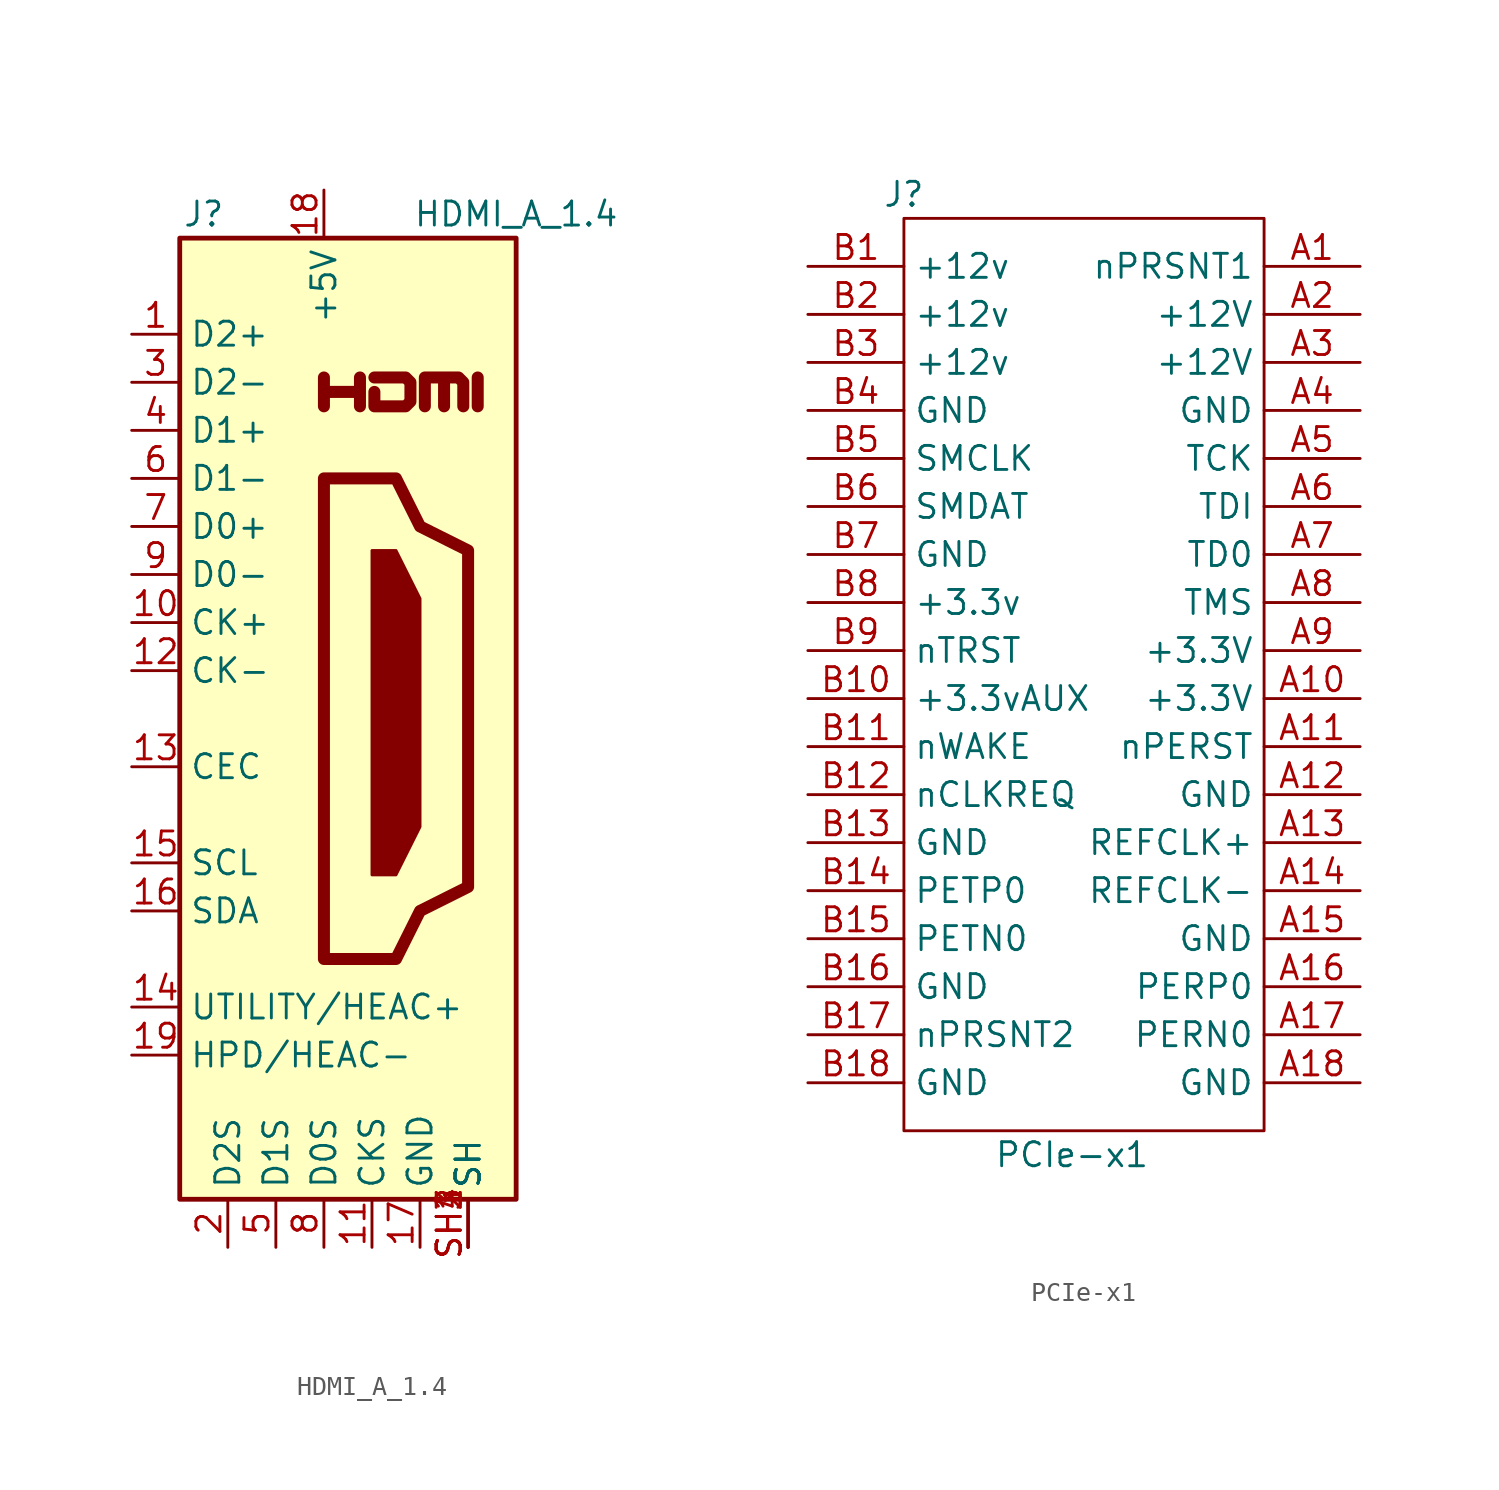
<source format=kicad_sym>
(kicad_symbol_lib
  (version 20200827)
  (generator kicad_symbol_editor)
  (symbol "CM4IO:HDMI_A_1.4"
    (property "Reference" "J"
      (at -6.35 26.67 0)
      (effects (font (size 1.27 1.27))))
    (property "Value" "HDMI_A_1.4"
      (at 10.16 26.67 0)
      (effects (font (size 1.27 1.27))))
    (symbol "HDMI_A_1.4_0_1"
      (rectangle (start -7.62 25.4) (end 10.16 -25.4) (stroke (width 0.254)) (fill (type background)))
      (polyline (pts (xy 2.54 8.89) (xy 3.81 8.89) (xy 5.08 6.35) (xy 5.08 -5.715) (xy 3.81 -8.255) (xy 2.54 -8.255) (xy 2.54 8.89)) (stroke (width 0)) (fill (type outline)))
      (polyline (pts (xy 5.334 16.51) (xy 5.334 18.034) (xy 6.35 18.034) (xy 6.35 16.51) (xy 6.35 18.034) (xy 7.112 18.034) (xy 7.366 17.78) (xy 7.366 16.51)) (stroke (width 0.635)) (fill (type none)))
      (polyline (pts (xy 0 12.7) (xy 0 -12.7) (xy 3.81 -12.7) (xy 5.08 -10.16) (xy 7.62 -8.89) (xy 7.62 8.89) (xy 5.08 10.16) (xy 3.81 12.7) (xy 0 12.7)) (stroke (width 0.635)) (fill (type none))))
    (symbol "HDMI_A_1.4_0_0"
      (polyline (pts (xy 8.128 16.51) (xy 8.128 18.034)) (stroke (width 0.635)) (fill (type none)))
      (polyline (pts (xy 0 16.51) (xy 0 18.034) (xy 0 17.272) (xy 1.905 17.272) (xy 1.905 18.034) (xy 1.905 16.51)) (stroke (width 0.635)) (fill (type none)))
      (polyline (pts (xy 2.667 18.034) (xy 4.318 18.034) (xy 4.572 17.78) (xy 4.572 16.764) (xy 4.318 16.51) (xy 2.667 16.51) (xy 2.667 17.272)) (stroke (width 0.635)) (fill (type none)))
      (pin passive line (at 7.62 -27.94 90) (length 2.54) (name "SH" (effects (font (size 1.27 1.27)))) (number "SH2" (effects (font (size 1.27 1.27)))))
      (pin passive line (at 7.62 -27.94 90) (length 2.54) (name "SH" (effects (font (size 1.27 1.27)))) (number "SH3" (effects (font (size 1.27 1.27)))))
      (pin passive line (at 7.62 -27.94 90) (length 2.54) (name "SH" (effects (font (size 1.27 1.27)))) (number "SH4" (effects (font (size 1.27 1.27))))))
    (symbol "HDMI_A_1.4_1_1"
      (pin passive line (at -10.16 20.32 0) (length 2.54) (name "D2+" (effects (font (size 1.27 1.27)))) (number "1" (effects (font (size 1.27 1.27)))))
      (pin passive line (at -10.16 5.08 0) (length 2.54) (name "CK+" (effects (font (size 1.27 1.27)))) (number "10" (effects (font (size 1.27 1.27)))))
      (pin power_in line (at 2.54 -27.94 90) (length 2.54) (name "CKS" (effects (font (size 1.27 1.27)))) (number "11" (effects (font (size 1.27 1.27)))))
      (pin passive line (at -10.16 2.54 0) (length 2.54) (name "CK-" (effects (font (size 1.27 1.27)))) (number "12" (effects (font (size 1.27 1.27)))))
      (pin bidirectional line (at -10.16 -2.54 0) (length 2.54) (name "CEC" (effects (font (size 1.27 1.27)))) (number "13" (effects (font (size 1.27 1.27)))))
      (pin passive line (at -10.16 -15.24 0) (length 2.54) (name "UTILITY/HEAC+" (effects (font (size 1.27 1.27)))) (number "14" (effects (font (size 1.27 1.27)))))
      (pin passive line (at -10.16 -7.62 0) (length 2.54) (name "SCL" (effects (font (size 1.27 1.27)))) (number "15" (effects (font (size 1.27 1.27)))))
      (pin bidirectional line (at -10.16 -10.16 0) (length 2.54) (name "SDA" (effects (font (size 1.27 1.27)))) (number "16" (effects (font (size 1.27 1.27)))))
      (pin power_in line (at 5.08 -27.94 90) (length 2.54) (name "GND" (effects (font (size 1.27 1.27)))) (number "17" (effects (font (size 1.27 1.27)))))
      (pin power_in line (at 0 27.94 270) (length 2.54) (name "+5V" (effects (font (size 1.27 1.27)))) (number "18" (effects (font (size 1.27 1.27)))))
      (pin passive line (at -10.16 -17.78 0) (length 2.54) (name "HPD/HEAC-" (effects (font (size 1.27 1.27)))) (number "19" (effects (font (size 1.27 1.27)))))
      (pin power_in line (at -5.08 -27.94 90) (length 2.54) (name "D2S" (effects (font (size 1.27 1.27)))) (number "2" (effects (font (size 1.27 1.27)))))
      (pin passive line (at -10.16 17.78 0) (length 2.54) (name "D2-" (effects (font (size 1.27 1.27)))) (number "3" (effects (font (size 1.27 1.27)))))
      (pin passive line (at -10.16 15.24 0) (length 2.54) (name "D1+" (effects (font (size 1.27 1.27)))) (number "4" (effects (font (size 1.27 1.27)))))
      (pin power_in line (at -2.54 -27.94 90) (length 2.54) (name "D1S" (effects (font (size 1.27 1.27)))) (number "5" (effects (font (size 1.27 1.27)))))
      (pin passive line (at -10.16 12.7 0) (length 2.54) (name "D1-" (effects (font (size 1.27 1.27)))) (number "6" (effects (font (size 1.27 1.27)))))
      (pin passive line (at -10.16 10.16 0) (length 2.54) (name "D0+" (effects (font (size 1.27 1.27)))) (number "7" (effects (font (size 1.27 1.27)))))
      (pin power_in line (at 0 -27.94 90) (length 2.54) (name "D0S" (effects (font (size 1.27 1.27)))) (number "8" (effects (font (size 1.27 1.27)))))
      (pin passive line (at -10.16 7.62 0) (length 2.54) (name "D0-" (effects (font (size 1.27 1.27)))) (number "9" (effects (font (size 1.27 1.27)))))
      (pin passive line (at 7.62 -27.94 90) (length 2.54) (name "SH" (effects (font (size 1.27 1.27)))) (number "SH1" (effects (font (size 1.27 1.27)))))))
  (symbol "CM4IO:PCIe-x1"
    (property "Reference" "J"
      (at -13.97 36.83 0)
      (effects (font (size 1.27 1.27))))
    (property "Value" "PCIe-x1"
      (at -5.08 -13.97 0)
      (effects (font (size 1.27 1.27))))
    (symbol "PCIe-x1_0_1"
      (rectangle (start -13.97 35.56) (end 5.08 -12.7) (stroke (width 0)) (fill (type none))))
    (symbol "PCIe-x1_0_0"
      (pin passive line (at 10.16 33.02 180) (length 5.08) (name "nPRSNT1" (effects (font (size 1.27 1.27)))) (number "A1" (effects (font (size 1.27 1.27)))))
      (pin power_in line (at 10.16 10.16 180) (length 5.08) (name "+3.3V" (effects (font (size 1.27 1.27)))) (number "A10" (effects (font (size 1.27 1.27)))))
      (pin input line (at 10.16 7.62 180) (length 5.08) (name "nPERST" (effects (font (size 1.27 1.27)))) (number "A11" (effects (font (size 1.27 1.27)))))
      (pin power_in line (at 10.16 5.08 180) (length 5.08) (name "GND" (effects (font (size 1.27 1.27)))) (number "A12" (effects (font (size 1.27 1.27)))))
      (pin input line (at 10.16 2.54 180) (length 5.08) (name "REFCLK+" (effects (font (size 1.27 1.27)))) (number "A13" (effects (font (size 1.27 1.27)))))
      (pin input line (at 10.16 0 180) (length 5.08) (name "REFCLK-" (effects (font (size 1.27 1.27)))) (number "A14" (effects (font (size 1.27 1.27)))))
      (pin power_in line (at 10.16 -2.54 180) (length 5.08) (name "GND" (effects (font (size 1.27 1.27)))) (number "A15" (effects (font (size 1.27 1.27)))))
      (pin output line (at 10.16 -5.08 180) (length 5.08) (name "PERP0" (effects (font (size 1.27 1.27)))) (number "A16" (effects (font (size 1.27 1.27)))))
      (pin output line (at 10.16 -7.62 180) (length 5.08) (name "PERN0" (effects (font (size 1.27 1.27)))) (number "A17" (effects (font (size 1.27 1.27)))))
      (pin power_in line (at 10.16 -10.16 180) (length 5.08) (name "GND" (effects (font (size 1.27 1.27)))) (number "A18" (effects (font (size 1.27 1.27)))))
      (pin power_in line (at 10.16 30.48 180) (length 5.08) (name "+12V" (effects (font (size 1.27 1.27)))) (number "A2" (effects (font (size 1.27 1.27)))))
      (pin power_in line (at 10.16 27.94 180) (length 5.08) (name "+12V" (effects (font (size 1.27 1.27)))) (number "A3" (effects (font (size 1.27 1.27)))))
      (pin power_in line (at 10.16 25.4 180) (length 5.08) (name "GND" (effects (font (size 1.27 1.27)))) (number "A4" (effects (font (size 1.27 1.27)))))
      (pin input line (at 10.16 22.86 180) (length 5.08) (name "TCK" (effects (font (size 1.27 1.27)))) (number "A5" (effects (font (size 1.27 1.27)))))
      (pin input line (at 10.16 20.32 180) (length 5.08) (name "TDI" (effects (font (size 1.27 1.27)))) (number "A6" (effects (font (size 1.27 1.27)))))
      (pin output line (at 10.16 17.78 180) (length 5.08) (name "TD0" (effects (font (size 1.27 1.27)))) (number "A7" (effects (font (size 1.27 1.27)))))
      (pin input line (at 10.16 15.24 180) (length 5.08) (name "TMS" (effects (font (size 1.27 1.27)))) (number "A8" (effects (font (size 1.27 1.27)))))
      (pin power_in line (at 10.16 12.7 180) (length 5.08) (name "+3.3V" (effects (font (size 1.27 1.27)))) (number "A9" (effects (font (size 1.27 1.27)))))
      (pin power_in line (at -19.05 33.02 0) (length 5.08) (name "+12v" (effects (font (size 1.27 1.27)))) (number "B1" (effects (font (size 1.27 1.27)))))
      (pin power_in line (at -19.05 10.16 0) (length 5.08) (name "+3.3vAUX" (effects (font (size 1.27 1.27)))) (number "B10" (effects (font (size 1.27 1.27)))))
      (pin open_collector line (at -19.05 7.62 0) (length 5.08) (name "nWAKE" (effects (font (size 1.27 1.27)))) (number "B11" (effects (font (size 1.27 1.27)))))
      (pin open_collector line (at -19.05 5.08 0) (length 5.08) (name "nCLKREQ" (effects (font (size 1.27 1.27)))) (number "B12" (effects (font (size 1.27 1.27)))))
      (pin power_in line (at -19.05 2.54 0) (length 5.08) (name "GND" (effects (font (size 1.27 1.27)))) (number "B13" (effects (font (size 1.27 1.27)))))
      (pin input line (at -19.05 0 0) (length 5.08) (name "PETP0" (effects (font (size 1.27 1.27)))) (number "B14" (effects (font (size 1.27 1.27)))))
      (pin input line (at -19.05 -2.54 0) (length 5.08) (name "PETN0" (effects (font (size 1.27 1.27)))) (number "B15" (effects (font (size 1.27 1.27)))))
      (pin power_in line (at -19.05 -5.08 0) (length 5.08) (name "GND" (effects (font (size 1.27 1.27)))) (number "B16" (effects (font (size 1.27 1.27)))))
      (pin passive line (at -19.05 -7.62 0) (length 5.08) (name "nPRSNT2" (effects (font (size 1.27 1.27)))) (number "B17" (effects (font (size 1.27 1.27)))))
      (pin power_in line (at -19.05 -10.16 0) (length 5.08) (name "GND" (effects (font (size 1.27 1.27)))) (number "B18" (effects (font (size 1.27 1.27)))))
      (pin power_in line (at -19.05 30.48 0) (length 5.08) (name "+12v" (effects (font (size 1.27 1.27)))) (number "B2" (effects (font (size 1.27 1.27)))))
      (pin power_in line (at -19.05 27.94 0) (length 5.08) (name "+12v" (effects (font (size 1.27 1.27)))) (number "B3" (effects (font (size 1.27 1.27)))))
      (pin power_in line (at -19.05 25.4 0) (length 5.08) (name "GND" (effects (font (size 1.27 1.27)))) (number "B4" (effects (font (size 1.27 1.27)))))
      (pin passive line (at -19.05 22.86 0) (length 5.08) (name "SMCLK" (effects (font (size 1.27 1.27)))) (number "B5" (effects (font (size 1.27 1.27)))))
      (pin passive line (at -19.05 20.32 0) (length 5.08) (name "SMDAT" (effects (font (size 1.27 1.27)))) (number "B6" (effects (font (size 1.27 1.27)))))
      (pin power_in line (at -19.05 17.78 0) (length 5.08) (name "GND" (effects (font (size 1.27 1.27)))) (number "B7" (effects (font (size 1.27 1.27)))))
      (pin power_in line (at -19.05 15.24 0) (length 5.08) (name "+3.3v" (effects (font (size 1.27 1.27)))) (number "B8" (effects (font (size 1.27 1.27)))))
      (pin input line (at -19.05 12.7 0) (length 5.08) (name "nTRST" (effects (font (size 1.27 1.27)))) (number "B9" (effects (font (size 1.27 1.27))))))))
</source>
